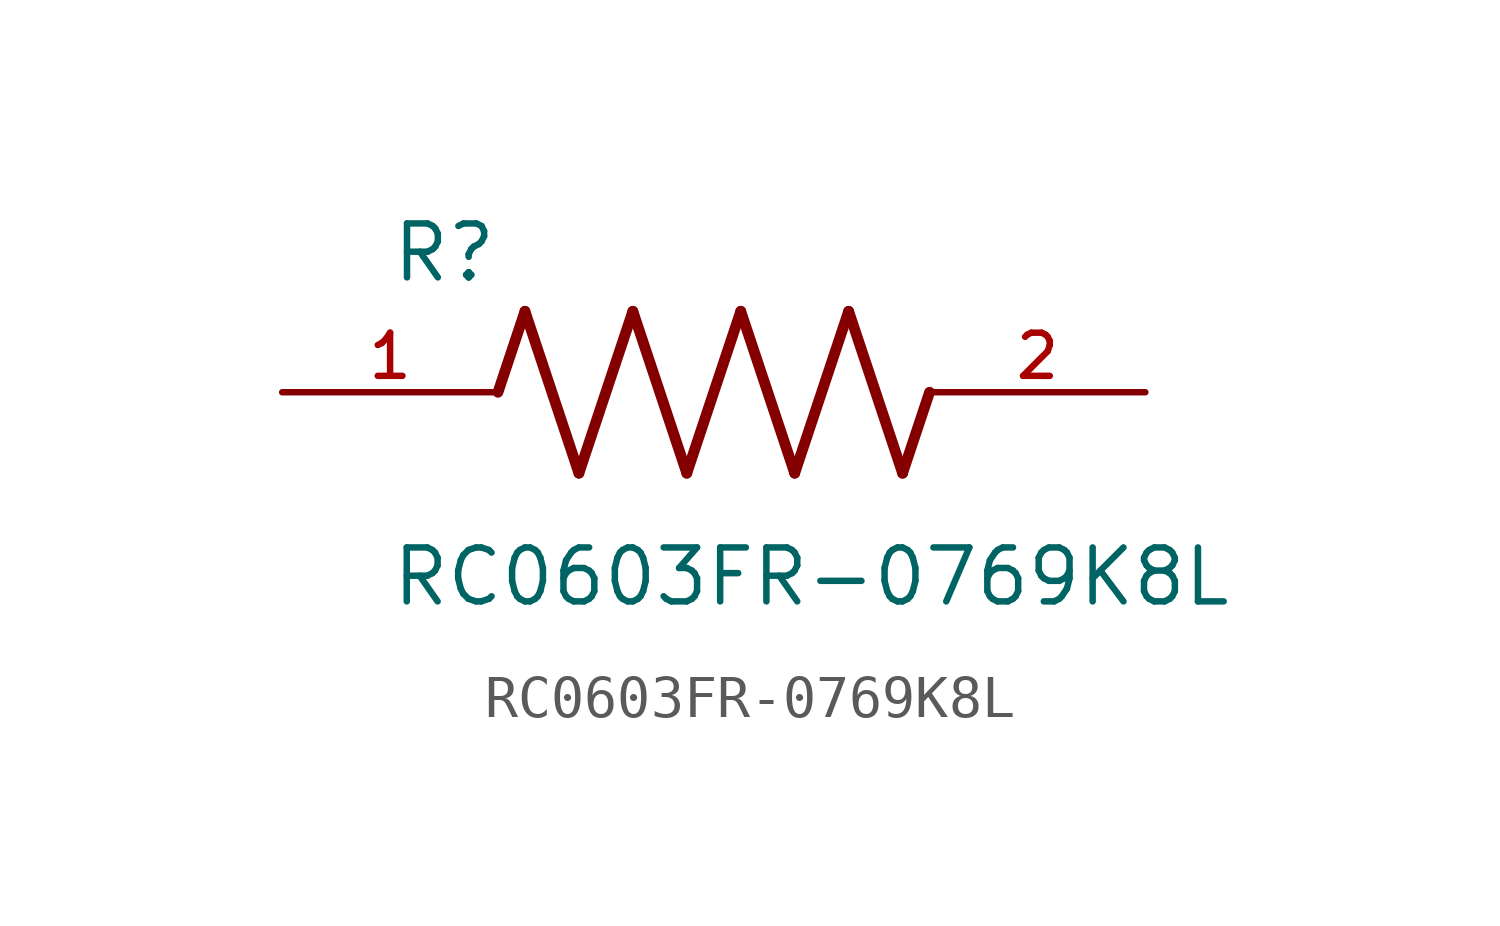
<source format=kicad_sym>
(kicad_symbol_lib
  (version 20211014)
  (generator kicad_symbol_editor)
  (symbol "RC0603FR-0769K8L"
    (pin_names
      (offset 1.016))
    (property "Reference" "R"
      (at -7.624 2.541 0)
      (effects (font (size 1.27 1.27)) (justify bottom left)))
    (property "Value" "RC0603FR-0769K8L"
      (at -7.63 -5.087 0)
      (effects (font (size 1.27 1.27)) (justify bottom left)))
    (symbol "RC0603FR-0769K8L_0_0"
      (polyline (pts (xy -5.08 0.0) (xy -4.445 1.905)) (stroke (width 0.254)))
      (polyline (pts (xy -4.445 1.905) (xy -3.175 -1.905)) (stroke (width 0.254)))
      (polyline (pts (xy -3.175 -1.905) (xy -1.905 1.905)) (stroke (width 0.254)))
      (polyline (pts (xy -1.905 1.905) (xy -0.635 -1.905)) (stroke (width 0.254)))
      (polyline (pts (xy -0.635 -1.905) (xy 0.635 1.905)) (stroke (width 0.254)))
      (polyline (pts (xy 0.635 1.905) (xy 1.905 -1.905)) (stroke (width 0.254)))
      (polyline (pts (xy 1.905 -1.905) (xy 3.175 1.905)) (stroke (width 0.254)))
      (polyline (pts (xy 3.175 1.905) (xy 4.445 -1.905)) (stroke (width 0.254)))
      (polyline (pts (xy 4.445 -1.905) (xy 5.08 0.0)) (stroke (width 0.254)))
      (pin passive line (at -10.16 0.0 0) (length 5.08) (name "~" (effects (font (size 1.016 1.016)))) (number "1" (effects (font (size 1.016 1.016)))))
      (pin passive line (at 10.16 0.0 180.0) (length 5.08) (name "~" (effects (font (size 1.016 1.016)))) (number "2" (effects (font (size 1.016 1.016))))))))
</source>
